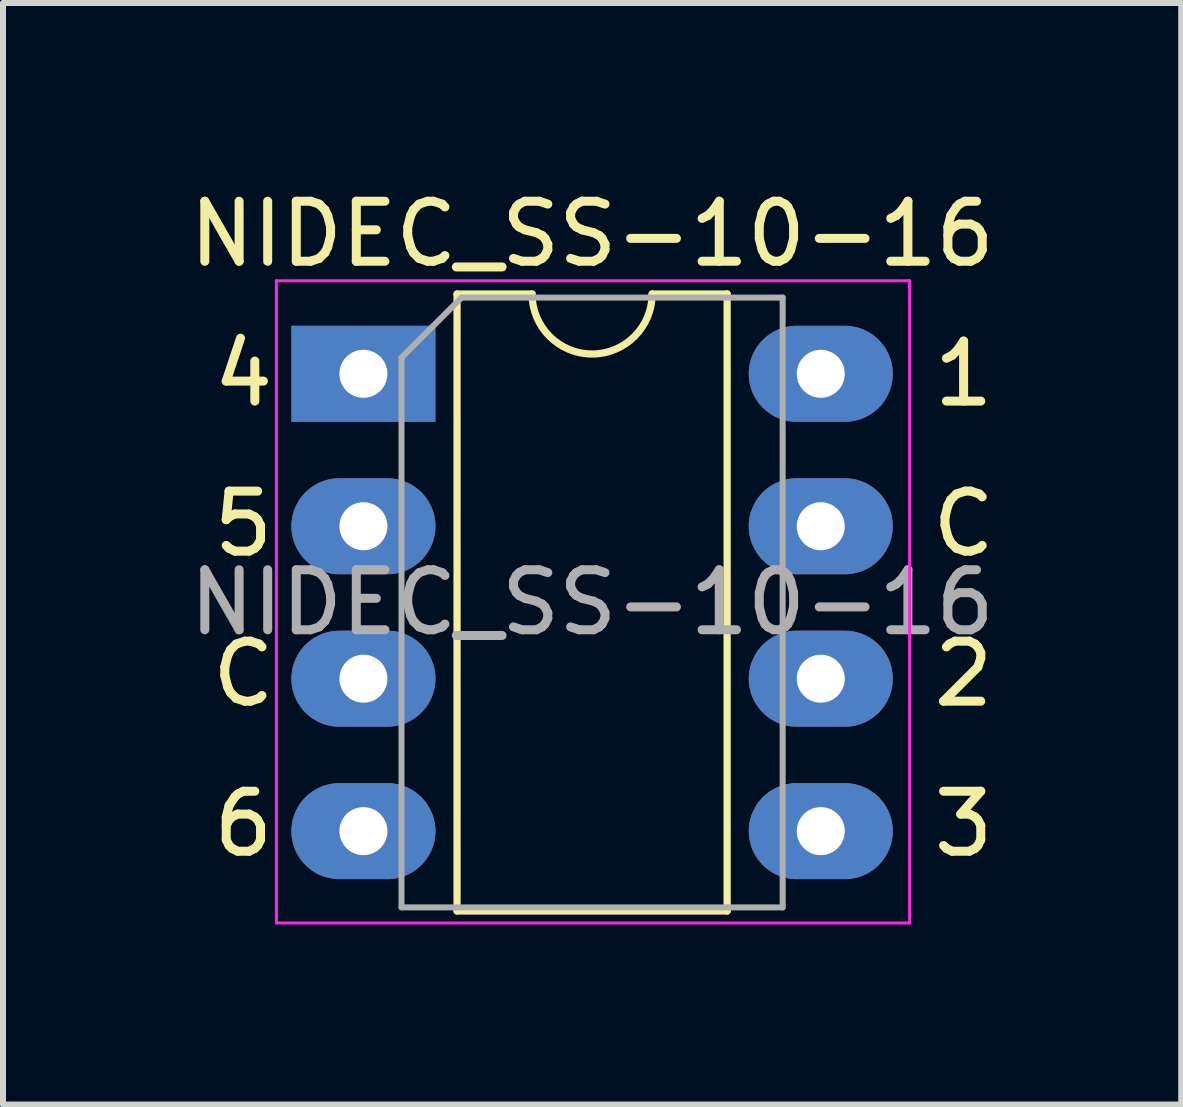
<source format=kicad_pcb>
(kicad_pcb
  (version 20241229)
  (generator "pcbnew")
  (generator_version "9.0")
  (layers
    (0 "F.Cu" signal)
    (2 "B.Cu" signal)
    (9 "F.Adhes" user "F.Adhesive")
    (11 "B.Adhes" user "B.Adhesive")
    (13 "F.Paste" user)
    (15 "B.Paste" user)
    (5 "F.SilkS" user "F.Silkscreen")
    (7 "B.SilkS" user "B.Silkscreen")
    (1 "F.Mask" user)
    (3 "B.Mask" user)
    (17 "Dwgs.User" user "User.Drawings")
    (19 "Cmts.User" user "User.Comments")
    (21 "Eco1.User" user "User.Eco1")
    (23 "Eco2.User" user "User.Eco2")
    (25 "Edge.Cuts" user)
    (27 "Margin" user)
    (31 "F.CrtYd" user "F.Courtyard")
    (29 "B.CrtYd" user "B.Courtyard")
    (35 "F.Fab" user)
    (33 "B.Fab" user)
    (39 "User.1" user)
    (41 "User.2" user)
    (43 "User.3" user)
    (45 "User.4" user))
  (footprint "NIDEC_SS-10-16"
    (layer "F.Cu")
    (at 3.005 3.178)
    (property "Reference" "NIDEC_SS-10-16" (at 3.81 -2.33 0) (layer "F.SilkS") (effects (font (size 1 1) (thickness 0.15))))
    (attr through_hole)
    (fp_line (start 1.56 -1.33) (end 1.56 8.95) (stroke (width 0.12) (type solid)) (layer "F.SilkS"))
    (fp_line (start 1.56 8.95) (end 6.06 8.95) (stroke (width 0.12) (type solid)) (layer "F.SilkS"))
    (fp_line (start 2.81 -1.33) (end 1.56 -1.33) (stroke (width 0.12) (type solid)) (layer "F.SilkS"))
    (fp_line (start 6.06 -1.33) (end 4.81 -1.33) (stroke (width 0.12) (type solid)) (layer "F.SilkS"))
    (fp_line (start 6.06 8.95) (end 6.06 -1.33) (stroke (width 0.12) (type solid)) (layer "F.SilkS"))
    (fp_arc (start 4.81 -1.33) (mid 3.81 -0.33) (end 2.81 -1.33) (stroke (width 0.12) (type solid)) (layer "F.SilkS"))
    (fp_line (start -1.45 -1.55) (end -1.45 9.15) (stroke (width 0.05) (type solid)) (layer "F.CrtYd"))
    (fp_line (start -1.45 9.15) (end 9.1 9.15) (stroke (width 0.05) (type solid)) (layer "F.CrtYd"))
    (fp_line (start 9.1 -1.55) (end -1.45 -1.55) (stroke (width 0.05) (type solid)) (layer "F.CrtYd"))
    (fp_line (start 9.1 9.15) (end 9.1 -1.55) (stroke (width 0.05) (type solid)) (layer "F.CrtYd"))
    (fp_line (start 0.635 -0.27) (end 1.635 -1.27) (stroke (width 0.1) (type solid)) (layer "F.Fab"))
    (fp_line (start 0.635 8.89) (end 0.635 -0.27) (stroke (width 0.1) (type solid)) (layer "F.Fab"))
    (fp_line (start 1.635 -1.27) (end 6.985 -1.27) (stroke (width 0.1) (type solid)) (layer "F.Fab"))
    (fp_line (start 6.985 -1.27) (end 6.985 8.89) (stroke (width 0.1) (type solid)) (layer "F.Fab"))
    (fp_line (start 6.985 8.89) (end 0.635 8.89) (stroke (width 0.1) (type solid)) (layer "F.Fab"))
    (fp_text user "6" (at -2 7.5 0) (unlocked yes) (layer "F.SilkS") (effects (font (size 1 1) (thickness 0.15))))
    (fp_text user "3" (at 10 7.5 0) (unlocked yes) (layer "F.SilkS") (effects (font (size 1 1) (thickness 0.15))))
    (fp_text user "4" (at -2 0 0) (unlocked yes) (layer "F.SilkS") (effects (font (size 1 1) (thickness 0.15))))
    (fp_text user "C" (at 10 2.5 0) (unlocked yes) (layer "F.SilkS") (effects (font (size 1 1) (thickness 0.15))))
    (fp_text user "2" (at 10 5 0) (unlocked yes) (layer "F.SilkS") (effects (font (size 1 1) (thickness 0.15))))
    (fp_text user "1" (at 10 0 0) (unlocked yes) (layer "F.SilkS") (effects (font (size 1 1) (thickness 0.15))))
    (fp_text user "C" (at -2 5 0) (unlocked yes) (layer "F.SilkS") (effects (font (size 1 1) (thickness 0.15))))
    (fp_text user "5" (at -2 2.5 0) (unlocked yes) (layer "F.SilkS") (effects (font (size 1 1) (thickness 0.15))))
    (fp_text user "${REFERENCE}" (at 3.81 3.81 0) (layer "F.Fab") (effects (font (size 1 1) (thickness 0.15))))
    (pad "1" thru_hole oval (at 0 7.62) (size 2.4 1.6) (drill 0.8) (layers "*.Cu" "*.Mask"))
    (pad "2" thru_hole oval (at 0 5.08) (size 2.4 1.6) (drill 0.8) (layers "*.Cu" "*.Mask"))
    (pad "3" thru_hole oval (at 0 2.54) (size 2.4 1.6) (drill 0.8) (layers "*.Cu" "*.Mask"))
    (pad "4" thru_hole rect (at 0 0) (size 2.4 1.6) (drill 0.8) (layers "*.Cu" "*.Mask"))
    (pad "5" thru_hole oval (at 7.62 7.62) (size 2.4 1.6) (drill 0.8) (layers "*.Cu" "*.Mask"))
    (pad "6" thru_hole oval (at 7.62 5.08) (size 2.4 1.6) (drill 0.8) (layers "*.Cu" "*.Mask"))
    (pad "7" thru_hole oval (at 7.62 2.54) (size 2.4 1.6) (drill 0.8) (layers "*.Cu" "*.Mask"))
    (pad "8" thru_hole oval (at 7.62 0) (size 2.4 1.6) (drill 0.8) (layers "*.Cu" "*.Mask")))
  (gr_rect
    (start -3 -3)
    (end 16.631 15.353)
    (stroke (width 0.1) (type default))
    (fill no)
    (layer "Edge.Cuts")))
</source>
